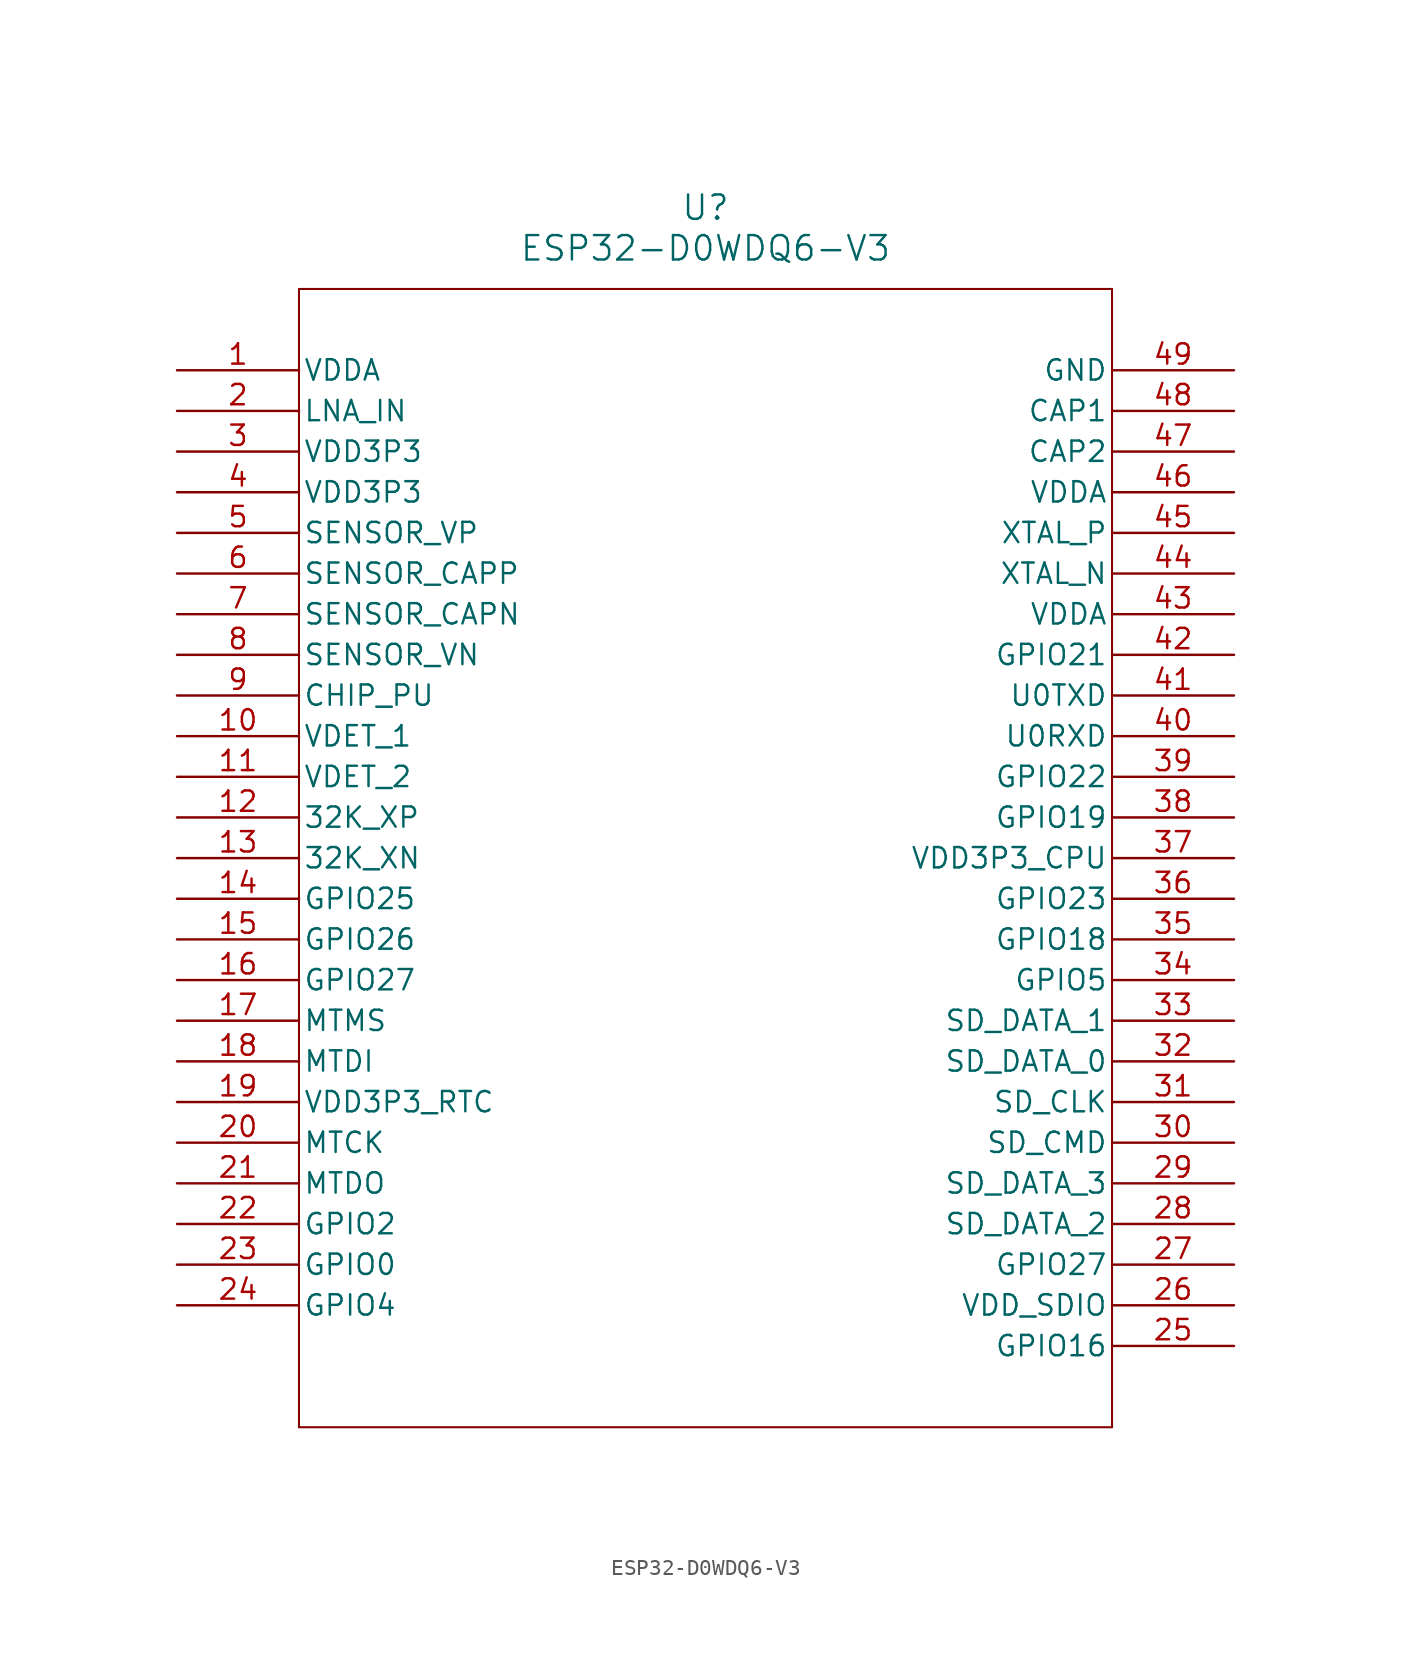
<source format=kicad_sym>
(kicad_symbol_lib
  (version 20211014)
  (generator kicad_symbol_editor)
  (symbol "ESP32-D0WDQ6-V3"
    (pin_names
      (offset 0.254))
    (property "Reference" "U"
      (at 33.02 10.16 0)
      (effects (font (size 1.524 1.524))))
    (property "Value" "ESP32-D0WDQ6-V3"
      (at 33.02 7.62 0)
      (effects (font (size 1.524 1.524))))
    (symbol "ESP32-D0WDQ6-V3_0_1"
      (polyline (pts (xy 7.62 5.08) (xy 7.62 -66.04)) (stroke (width 0.127) (type default) (color 0 0 0 0)) (fill (type none)))
      (polyline (pts (xy 7.62 -66.04) (xy 58.42 -66.04)) (stroke (width 0.127) (type default) (color 0 0 0 0)) (fill (type none)))
      (polyline (pts (xy 58.42 -66.04) (xy 58.42 5.08)) (stroke (width 0.127) (type default) (color 0 0 0 0)) (fill (type none)))
      (polyline (pts (xy 58.42 5.08) (xy 7.62 5.08)) (stroke (width 0.127) (type default) (color 0 0 0 0)) (fill (type none)))
      (pin unspecified line (at 0 0 0) (length 7.62) (name "VDDA" (effects (font (size 1.27 1.27)))) (number "1" (effects (font (size 1.27 1.27)))))
      (pin unspecified line (at 0 -2.54 0) (length 7.62) (name "LNA_IN" (effects (font (size 1.27 1.27)))) (number "2" (effects (font (size 1.27 1.27)))))
      (pin unspecified line (at 0 -5.08 0) (length 7.62) (name "VDD3P3" (effects (font (size 1.27 1.27)))) (number "3" (effects (font (size 1.27 1.27)))))
      (pin unspecified line (at 0 -7.62 0) (length 7.62) (name "VDD3P3" (effects (font (size 1.27 1.27)))) (number "4" (effects (font (size 1.27 1.27)))))
      (pin unspecified line (at 0 -10.16 0) (length 7.62) (name "SENSOR_VP" (effects (font (size 1.27 1.27)))) (number "5" (effects (font (size 1.27 1.27)))))
      (pin unspecified line (at 0 -12.7 0) (length 7.62) (name "SENSOR_CAPP" (effects (font (size 1.27 1.27)))) (number "6" (effects (font (size 1.27 1.27)))))
      (pin unspecified line (at 0 -15.24 0) (length 7.62) (name "SENSOR_CAPN" (effects (font (size 1.27 1.27)))) (number "7" (effects (font (size 1.27 1.27)))))
      (pin unspecified line (at 0 -17.78 0) (length 7.62) (name "SENSOR_VN" (effects (font (size 1.27 1.27)))) (number "8" (effects (font (size 1.27 1.27)))))
      (pin unspecified line (at 0 -20.32 0) (length 7.62) (name "CHIP_PU" (effects (font (size 1.27 1.27)))) (number "9" (effects (font (size 1.27 1.27)))))
      (pin unspecified line (at 0 -22.86 0) (length 7.62) (name "VDET_1" (effects (font (size 1.27 1.27)))) (number "10" (effects (font (size 1.27 1.27)))))
      (pin unspecified line (at 0 -25.4 0) (length 7.62) (name "VDET_2" (effects (font (size 1.27 1.27)))) (number "11" (effects (font (size 1.27 1.27)))))
      (pin unspecified line (at 0 -27.94 0) (length 7.62) (name "32K_XP" (effects (font (size 1.27 1.27)))) (number "12" (effects (font (size 1.27 1.27)))))
      (pin unspecified line (at 0 -30.48 0) (length 7.62) (name "32K_XN" (effects (font (size 1.27 1.27)))) (number "13" (effects (font (size 1.27 1.27)))))
      (pin unspecified line (at 0 -33.02 0) (length 7.62) (name "GPIO25" (effects (font (size 1.27 1.27)))) (number "14" (effects (font (size 1.27 1.27)))))
      (pin unspecified line (at 0 -35.56 0) (length 7.62) (name "GPIO26" (effects (font (size 1.27 1.27)))) (number "15" (effects (font (size 1.27 1.27)))))
      (pin unspecified line (at 0 -38.1 0) (length 7.62) (name "GPIO27" (effects (font (size 1.27 1.27)))) (number "16" (effects (font (size 1.27 1.27)))))
      (pin unspecified line (at 0 -40.64 0) (length 7.62) (name "MTMS" (effects (font (size 1.27 1.27)))) (number "17" (effects (font (size 1.27 1.27)))))
      (pin unspecified line (at 0 -43.18 0) (length 7.62) (name "MTDI" (effects (font (size 1.27 1.27)))) (number "18" (effects (font (size 1.27 1.27)))))
      (pin unspecified line (at 0 -45.72 0) (length 7.62) (name "VDD3P3_RTC" (effects (font (size 1.27 1.27)))) (number "19" (effects (font (size 1.27 1.27)))))
      (pin unspecified line (at 0 -48.26 0) (length 7.62) (name "MTCK" (effects (font (size 1.27 1.27)))) (number "20" (effects (font (size 1.27 1.27)))))
      (pin unspecified line (at 0 -50.8 0) (length 7.62) (name "MTDO" (effects (font (size 1.27 1.27)))) (number "21" (effects (font (size 1.27 1.27)))))
      (pin unspecified line (at 0 -53.34 0) (length 7.62) (name "GPIO2" (effects (font (size 1.27 1.27)))) (number "22" (effects (font (size 1.27 1.27)))))
      (pin unspecified line (at 0 -55.88 0) (length 7.62) (name "GPIO0" (effects (font (size 1.27 1.27)))) (number "23" (effects (font (size 1.27 1.27)))))
      (pin unspecified line (at 0 -58.42 0) (length 7.62) (name "GPIO4" (effects (font (size 1.27 1.27)))) (number "24" (effects (font (size 1.27 1.27)))))
      (pin unspecified line (at 66.04 -60.96 180) (length 7.62) (name "GPIO16" (effects (font (size 1.27 1.27)))) (number "25" (effects (font (size 1.27 1.27)))))
      (pin unspecified line (at 66.04 -58.42 180) (length 7.62) (name "VDD_SDIO" (effects (font (size 1.27 1.27)))) (number "26" (effects (font (size 1.27 1.27)))))
      (pin unspecified line (at 66.04 -55.88 180) (length 7.62) (name "GPIO27" (effects (font (size 1.27 1.27)))) (number "27" (effects (font (size 1.27 1.27)))))
      (pin unspecified line (at 66.04 -53.34 180) (length 7.62) (name "SD_DATA_2" (effects (font (size 1.27 1.27)))) (number "28" (effects (font (size 1.27 1.27)))))
      (pin unspecified line (at 66.04 -50.8 180) (length 7.62) (name "SD_DATA_3" (effects (font (size 1.27 1.27)))) (number "29" (effects (font (size 1.27 1.27)))))
      (pin unspecified line (at 66.04 -48.26 180) (length 7.62) (name "SD_CMD" (effects (font (size 1.27 1.27)))) (number "30" (effects (font (size 1.27 1.27)))))
      (pin unspecified line (at 66.04 -45.72 180) (length 7.62) (name "SD_CLK" (effects (font (size 1.27 1.27)))) (number "31" (effects (font (size 1.27 1.27)))))
      (pin unspecified line (at 66.04 -43.18 180) (length 7.62) (name "SD_DATA_0" (effects (font (size 1.27 1.27)))) (number "32" (effects (font (size 1.27 1.27)))))
      (pin unspecified line (at 66.04 -40.64 180) (length 7.62) (name "SD_DATA_1" (effects (font (size 1.27 1.27)))) (number "33" (effects (font (size 1.27 1.27)))))
      (pin unspecified line (at 66.04 -38.1 180) (length 7.62) (name "GPIO5" (effects (font (size 1.27 1.27)))) (number "34" (effects (font (size 1.27 1.27)))))
      (pin unspecified line (at 66.04 -35.56 180) (length 7.62) (name "GPIO18" (effects (font (size 1.27 1.27)))) (number "35" (effects (font (size 1.27 1.27)))))
      (pin unspecified line (at 66.04 -33.02 180) (length 7.62) (name "GPIO23" (effects (font (size 1.27 1.27)))) (number "36" (effects (font (size 1.27 1.27)))))
      (pin unspecified line (at 66.04 -30.48 180) (length 7.62) (name "VDD3P3_CPU" (effects (font (size 1.27 1.27)))) (number "37" (effects (font (size 1.27 1.27)))))
      (pin unspecified line (at 66.04 -27.94 180) (length 7.62) (name "GPIO19" (effects (font (size 1.27 1.27)))) (number "38" (effects (font (size 1.27 1.27)))))
      (pin unspecified line (at 66.04 -25.4 180) (length 7.62) (name "GPIO22" (effects (font (size 1.27 1.27)))) (number "39" (effects (font (size 1.27 1.27)))))
      (pin unspecified line (at 66.04 -22.86 180) (length 7.62) (name "U0RXD" (effects (font (size 1.27 1.27)))) (number "40" (effects (font (size 1.27 1.27)))))
      (pin unspecified line (at 66.04 -20.32 180) (length 7.62) (name "U0TXD" (effects (font (size 1.27 1.27)))) (number "41" (effects (font (size 1.27 1.27)))))
      (pin unspecified line (at 66.04 -17.78 180) (length 7.62) (name "GPIO21" (effects (font (size 1.27 1.27)))) (number "42" (effects (font (size 1.27 1.27)))))
      (pin unspecified line (at 66.04 -15.24 180) (length 7.62) (name "VDDA" (effects (font (size 1.27 1.27)))) (number "43" (effects (font (size 1.27 1.27)))))
      (pin unspecified line (at 66.04 -12.7 180) (length 7.62) (name "XTAL_N" (effects (font (size 1.27 1.27)))) (number "44" (effects (font (size 1.27 1.27)))))
      (pin unspecified line (at 66.04 -10.16 180) (length 7.62) (name "XTAL_P" (effects (font (size 1.27 1.27)))) (number "45" (effects (font (size 1.27 1.27)))))
      (pin unspecified line (at 66.04 -7.62 180) (length 7.62) (name "VDDA" (effects (font (size 1.27 1.27)))) (number "46" (effects (font (size 1.27 1.27)))))
      (pin unspecified line (at 66.04 -5.08 180) (length 7.62) (name "CAP2" (effects (font (size 1.27 1.27)))) (number "47" (effects (font (size 1.27 1.27)))))
      (pin unspecified line (at 66.04 -2.54 180) (length 7.62) (name "CAP1" (effects (font (size 1.27 1.27)))) (number "48" (effects (font (size 1.27 1.27)))))
      (pin unspecified line (at 66.04 0 180) (length 7.62) (name "GND" (effects (font (size 1.27 1.27)))) (number "49" (effects (font (size 1.27 1.27))))))))
</source>
